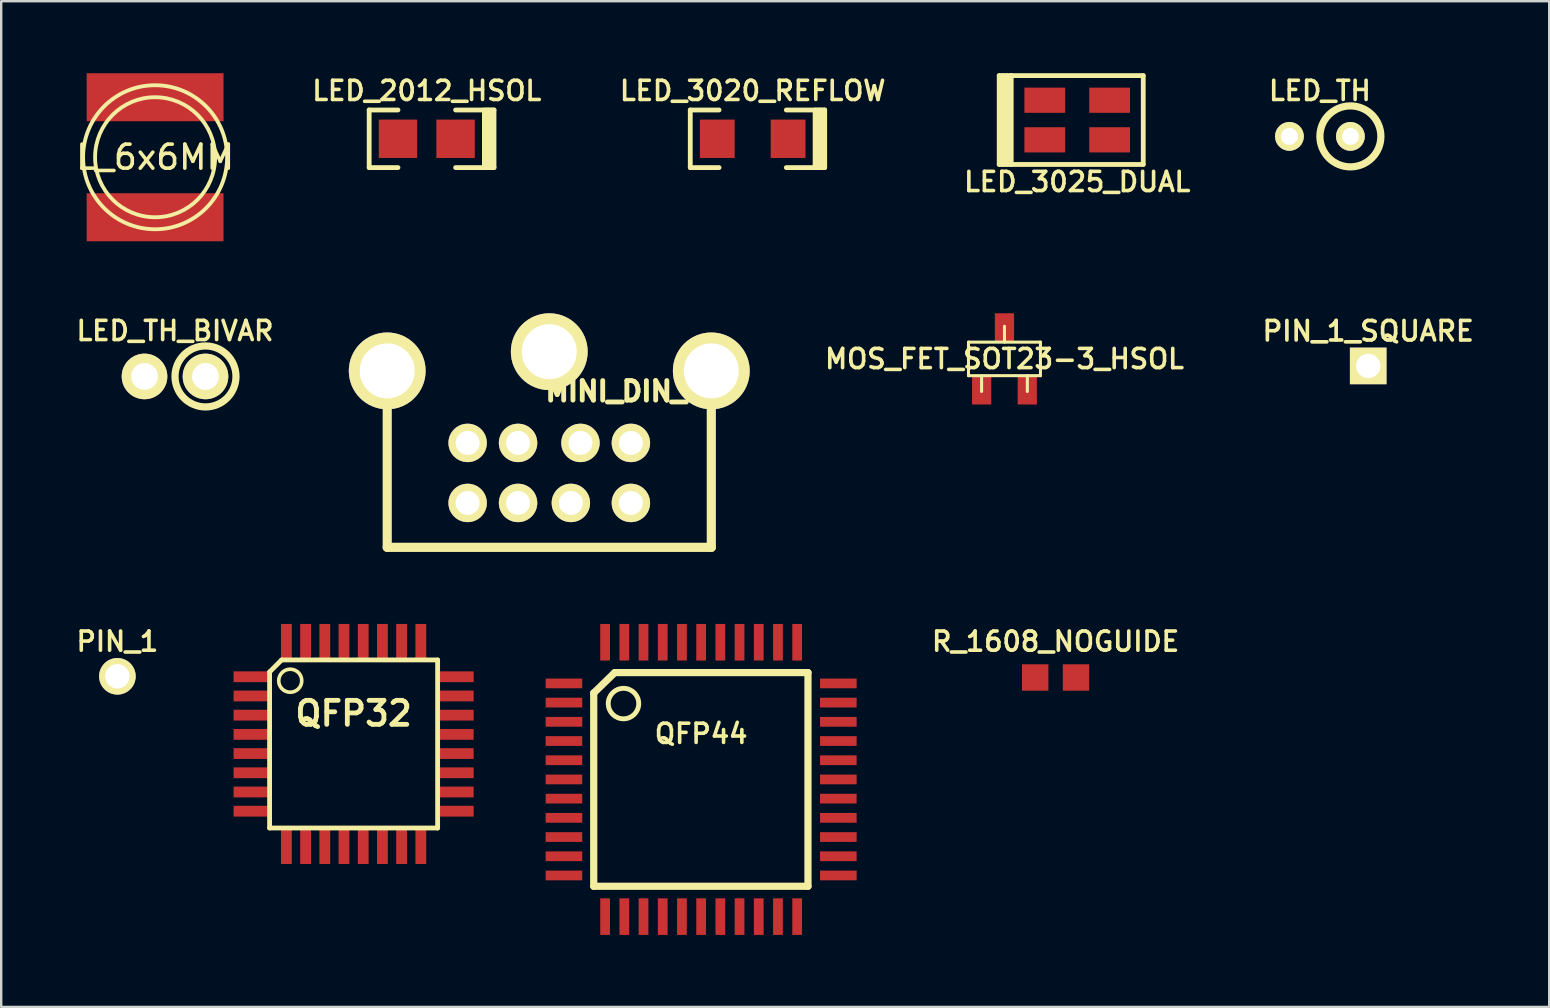
<source format=kicad_pcb>
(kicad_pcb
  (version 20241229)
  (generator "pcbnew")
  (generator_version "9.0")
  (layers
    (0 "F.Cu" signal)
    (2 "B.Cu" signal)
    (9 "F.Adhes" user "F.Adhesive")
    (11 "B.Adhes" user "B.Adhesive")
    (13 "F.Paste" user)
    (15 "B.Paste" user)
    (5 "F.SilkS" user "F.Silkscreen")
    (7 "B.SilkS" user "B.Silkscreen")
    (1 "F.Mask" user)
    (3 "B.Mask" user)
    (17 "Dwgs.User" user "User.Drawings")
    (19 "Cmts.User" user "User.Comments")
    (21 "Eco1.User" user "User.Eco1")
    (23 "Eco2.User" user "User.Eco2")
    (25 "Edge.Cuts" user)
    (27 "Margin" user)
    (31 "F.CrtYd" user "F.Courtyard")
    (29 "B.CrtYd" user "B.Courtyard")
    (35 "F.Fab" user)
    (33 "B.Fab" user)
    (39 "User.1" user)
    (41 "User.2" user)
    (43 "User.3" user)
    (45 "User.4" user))
  (footprint "L_6x6MM"
    (layer "F.Cu")
    (at 3.411 3.5)
    (property "Reference" "L_6x6MM" (at 0 0 0) (layer "F.SilkS") (effects (font (size 1 1) (thickness 0.15))))
    (attr through_hole)
    (fp_circle (center 0 0) (end 2.5 0) (stroke (width 0.16) (type solid)) (fill no) (layer "F.SilkS"))
    (fp_circle (center 0 0) (end 3 0) (stroke (width 0.16) (type solid)) (fill no) (layer "F.SilkS"))
    (pad "1" smd rect (at 0 2.5) (size 5.7 2) (layers "F.Cu" "F.Mask" "F.Paste"))
    (pad "2" smd rect (at 0 -2.5) (size 5.7 2) (layers "F.Cu" "F.Mask" "F.Paste")))
  (footprint "PIN_1"
    (layer "F.Cu")
    (at 1.84 25.122)
    (property "Reference" "PIN_1" (at 0 -1.45 0) (layer "F.SilkS") (effects (font (size 0.8 0.8) (thickness 0.15))))
    (attr through_hole)
    (pad "1" thru_hole circle (at 0 0) (size 1.524 1.524) (drill 1.016) (layers "*.Cu" "*.Mask" "F.SilkS")))
  (footprint "LED_TH"
    (layer "F.Cu")
    (at 51.932 2.631)
    (property "Reference" "LED_TH" (at 0 -1.9 0) (layer "F.SilkS") (effects (font (size 0.8 0.8) (thickness 0.15))))
    (attr through_hole)
    (fp_circle (center 1.27 0) (end 1.27 -1.27) (stroke (width 0.3) (type solid)) (fill no) (layer "F.SilkS"))
    (pad "1" thru_hole circle (at -1.27 0) (size 1.2 1.2) (drill 0.7) (layers "*.Cu" "*.Mask" "F.SilkS"))
    (pad "2" thru_hole circle (at 1.27 0) (size 1.2 1.2) (drill 0.7) (layers "*.Cu" "*.Mask" "F.SilkS")))
  (footprint "MOS_FET_SOT23-3_HSOL"
    (layer "F.Cu")
    (at 38.792 11.9)
    (property "Reference" "MOS_FET_SOT23-3_HSOL" (at 0 0 0) (layer "F.SilkS") (effects (font (size 0.8 0.8) (thickness 0.15))))
    (attr smd)
    (fp_line (start -1.499 -0.699) (end 1.499 -0.699) (stroke (width 0.127) (type solid)) (layer "F.SilkS"))
    (fp_line (start -1.499 0.699) (end -1.499 -0.699) (stroke (width 0.127) (type solid)) (layer "F.SilkS"))
    (fp_line (start -0.953 0.699) (end -0.953 1.359) (stroke (width 0.127) (type solid)) (layer "F.SilkS"))
    (fp_line (start 0 -0.699) (end 0 -1.359) (stroke (width 0.127) (type solid)) (layer "F.SilkS"))
    (fp_line (start 0.953 0.699) (end 0.953 1.359) (stroke (width 0.127) (type solid)) (layer "F.SilkS"))
    (fp_line (start 1.499 -0.699) (end 1.499 0.699) (stroke (width 0.127) (type solid)) (layer "F.SilkS"))
    (fp_line (start 1.499 0.699) (end -1.499 0.699) (stroke (width 0.127) (type solid)) (layer "F.SilkS"))
    (pad "D" smd rect (at 0 -1.3) (size 0.8 1.2) (layers "F.Cu" "F.Mask" "F.Paste"))
    (pad "G" smd rect (at -0.95 1.3) (size 0.8 1.2) (layers "F.Cu" "F.Mask" "F.Paste"))
    (pad "S" smd rect (at 0.95 1.3) (size 0.8 1.2) (layers "F.Cu" "F.Mask" "F.Paste")))
  (footprint "LED_3020_REFLOW"
    (layer "F.Cu")
    (at 28.304 2.731)
    (property "Reference" "LED_3020_REFLOW" (at 0 -2 0) (layer "F.SilkS") (effects (font (size 0.8 0.8) (thickness 0.15))))
    (attr smd)
    (fp_line (start -2.6 -1.2) (end -2.6 1.2) (stroke (width 0.2) (type solid)) (layer "F.SilkS"))
    (fp_line (start -2.6 1.2) (end -1.4 1.2) (stroke (width 0.2) (type solid)) (layer "F.SilkS"))
    (fp_line (start -1.4 -1.2) (end -2.6 -1.2) (stroke (width 0.2) (type solid)) (layer "F.SilkS"))
    (fp_line (start 1.4 -1.2) (end 3 -1.2) (stroke (width 0.2) (type solid)) (layer "F.SilkS"))
    (fp_line (start 2.6 -1.2) (end 2.6 1.2) (stroke (width 0.2) (type solid)) (layer "F.SilkS"))
    (fp_line (start 2.7 -1.2) (end 2.7 1.2) (stroke (width 0.2) (type solid)) (layer "F.SilkS"))
    (fp_line (start 2.8 1.2) (end 2.8 -1.2) (stroke (width 0.2) (type solid)) (layer "F.SilkS"))
    (fp_line (start 2.9 -1.2) (end 2.9 1.2) (stroke (width 0.2) (type solid)) (layer "F.SilkS"))
    (fp_line (start 3 -1.2) (end 3 1.2) (stroke (width 0.2) (type solid)) (layer "F.SilkS"))
    (fp_line (start 3 1.2) (end 1.4 1.2) (stroke (width 0.2) (type solid)) (layer "F.SilkS"))
    (pad "1" smd rect (at -1.475 0) (size 1.45 1.6) (layers "F.Cu" "F.Mask" "F.Paste"))
    (pad "2" smd rect (at 1.475 0) (size 1.45 1.6) (layers "F.Cu" "F.Mask" "F.Paste")))
  (footprint "LED_2012_HSOL"
    (layer "F.Cu")
    (at 14.728 2.731)
    (property "Reference" "LED_2012_HSOL" (at 0 -2 0) (layer "F.SilkS") (effects (font (size 0.8 0.8) (thickness 0.15))))
    (attr smd)
    (fp_line (start -2.4 -1.2) (end -2.4 1.2) (stroke (width 0.2) (type solid)) (layer "F.SilkS"))
    (fp_line (start -2.4 1.2) (end -1.2 1.2) (stroke (width 0.2) (type solid)) (layer "F.SilkS"))
    (fp_line (start -1.2 -1.2) (end -2.4 -1.2) (stroke (width 0.2) (type solid)) (layer "F.SilkS"))
    (fp_line (start 1.2 -1.2) (end 2.8 -1.2) (stroke (width 0.2) (type solid)) (layer "F.SilkS"))
    (fp_line (start 2.4 -1.2) (end 2.4 1.2) (stroke (width 0.2) (type solid)) (layer "F.SilkS"))
    (fp_line (start 2.5 -1.2) (end 2.5 1.2) (stroke (width 0.2) (type solid)) (layer "F.SilkS"))
    (fp_line (start 2.6 1.2) (end 2.6 -1.2) (stroke (width 0.2) (type solid)) (layer "F.SilkS"))
    (fp_line (start 2.7 -1.2) (end 2.7 1.2) (stroke (width 0.2) (type solid)) (layer "F.SilkS"))
    (fp_line (start 2.8 -1.2) (end 2.8 1.2) (stroke (width 0.2) (type solid)) (layer "F.SilkS"))
    (fp_line (start 2.8 1.2) (end 1.2 1.2) (stroke (width 0.2) (type solid)) (layer "F.SilkS"))
    (pad "1" smd rect (at -1.1 0) (size 1.6 1.6) (drill (offset -0.1 0)) (layers "F.Cu" "F.Mask" "F.Paste"))
    (pad "2" smd rect (at 1.1 0) (size 1.6 1.6) (drill (offset 0.1 0)) (layers "F.Cu" "F.Mask" "F.Paste")))
  (footprint "PIN_1_SQUARE"
    (layer "F.Cu")
    (at 53.944 12.193)
    (property "Reference" "PIN_1_SQUARE" (at 0 -1.45 0) (layer "F.SilkS") (effects (font (size 0.813 0.813) (thickness 0.152))))
    (attr through_hole)
    (pad "1" thru_hole rect (at 0 0) (size 1.524 1.524) (drill 1.016) (layers "*.Cu" "*.Mask" "F.SilkS")))
  (footprint "LED_TH_BIVAR"
    (layer "F.Cu")
    (at 4.24 12.631)
    (property "Reference" "LED_TH_BIVAR" (at 0 -1.9 0) (layer "F.SilkS") (effects (font (size 0.8 0.8) (thickness 0.15))))
    (attr through_hole)
    (fp_circle (center 1.27 0) (end 1.27 -1.27) (stroke (width 0.3) (type solid)) (fill no) (layer "F.SilkS"))
    (pad "1" thru_hole circle (at -1.27 0) (size 1.9 1.9) (drill 1.118) (layers "*.Cu" "*.Mask" "F.SilkS"))
    (pad "2" thru_hole circle (at 1.27 0) (size 1.9 1.9) (drill 1.118) (layers "*.Cu" "*.Mask" "F.SilkS")))
  (footprint "MINI_DIN_8"
    (layer "F.Cu")
    (at 19.83 11.6)
    (property "Reference" "MINI_DIN_8" (at 3.175 1.651 0) (layer "F.SilkS") (effects (font (size 0.813 0.813) (thickness 0.203))))
    (attr through_hole)
    (fp_line (start -6.75 0.8) (end -6.75 8.15) (stroke (width 0.381) (type solid)) (layer "F.SilkS"))
    (fp_line (start -6.75 8.15) (end 6.75 8.15) (stroke (width 0.381) (type solid)) (layer "F.SilkS"))
    (fp_line (start 6.75 0.8) (end 6.75 8.15) (stroke (width 0.381) (type solid)) (layer "F.SilkS"))
    (pad "1" thru_hole circle (at -1.3 3.8 180) (size 1.6 1.6) (drill 1) (layers "*.Cu" "*.Mask" "F.SilkS"))
    (pad "2" thru_hole circle (at 1.3 3.8 180) (size 1.6 1.6) (drill 1) (layers "*.Cu" "*.Mask" "F.SilkS"))
    (pad "3" thru_hole circle (at -3.4 3.8 180) (size 1.6 1.6) (drill 1) (layers "*.Cu" "*.Mask" "F.SilkS"))
    (pad "4" thru_hole circle (at -1.3 6.3 180) (size 1.6 1.6) (drill 1) (layers "*.Cu" "*.Mask" "F.SilkS"))
    (pad "5" thru_hole circle (at 3.4 3.8 180) (size 1.6 1.6) (drill 1) (layers "*.Cu" "*.Mask" "F.SilkS"))
    (pad "6" thru_hole circle (at -3.4 6.3 180) (size 1.6 1.6) (drill 1) (layers "*.Cu" "*.Mask" "F.SilkS"))
    (pad "7" thru_hole circle (at 0.9 6.3 180) (size 1.6 1.6) (drill 1) (layers "*.Cu" "*.Mask" "F.SilkS"))
    (pad "8" thru_hole circle (at 3.4 6.3 180) (size 1.6 1.6) (drill 1) (layers "*.Cu" "*.Mask" "F.SilkS"))
    (pad "9" thru_hole circle (at -6.75 0.8 180) (size 3.2 3.2) (drill 2.29) (layers "*.Cu" "*.Mask" "F.SilkS"))
    (pad "9" thru_hole circle (at 0 0 180) (size 3.2 3.2) (drill 2.29) (layers "*.Cu" "*.Mask" "F.SilkS"))
    (pad "9" thru_hole circle (at 6.75 0.8 180) (size 3.2 3.2) (drill 2.29) (layers "*.Cu" "*.Mask" "F.SilkS")))
  (footprint "QFP44"
    (layer "F.Cu")
    (at 26.157 29.418)
    (property "Reference" "QFP44" (at 0 -1.905 0) (layer "F.SilkS") (effects (font (size 0.8 0.8) (thickness 0.15))))
    (attr smd)
    (fp_line (start -4.475 -3.6) (end -4.475 4.45) (stroke (width 0.3) (type solid)) (layer "F.SilkS"))
    (fp_line (start -4.475 4.45) (end 4.45 4.45) (stroke (width 0.3) (type solid)) (layer "F.SilkS"))
    (fp_line (start -3.6 -4.45) (end -4.475 -3.6) (stroke (width 0.3) (type solid)) (layer "F.SilkS"))
    (fp_line (start 4.45 -4.45) (end -3.6 -4.45) (stroke (width 0.3) (type solid)) (layer "F.SilkS"))
    (fp_line (start 4.45 4.45) (end 4.45 -4.45) (stroke (width 0.3) (type solid)) (layer "F.SilkS"))
    (fp_circle (center -3.235 -3.16) (end -3.235 -2.525) (stroke (width 0.203) (type solid)) (fill no) (layer "F.SilkS"))
    (pad "1" smd rect (at -5.715 -4) (size 1.524 0.406) (layers "F.Cu" "F.Mask"))
    (pad "2" smd rect (at -5.715 -3.2) (size 1.524 0.406) (layers "F.Cu" "F.Mask"))
    (pad "3" smd rect (at -5.715 -2.4) (size 1.524 0.406) (layers "F.Cu" "F.Mask"))
    (pad "4" smd rect (at -5.715 -1.6) (size 1.524 0.406) (layers "F.Cu" "F.Mask"))
    (pad "5" smd rect (at -5.715 -0.8) (size 1.524 0.406) (layers "F.Cu" "F.Mask"))
    (pad "6" smd rect (at -5.715 0) (size 1.524 0.406) (layers "F.Cu" "F.Mask"))
    (pad "7" smd rect (at -5.715 0.8) (size 1.524 0.406) (layers "F.Cu" "F.Mask"))
    (pad "8" smd rect (at -5.715 1.6) (size 1.524 0.406) (layers "F.Cu" "F.Mask"))
    (pad "9" smd rect (at -5.715 2.4) (size 1.524 0.406) (layers "F.Cu" "F.Mask"))
    (pad "10" smd rect (at -5.715 3.2) (size 1.524 0.406) (layers "F.Cu" "F.Mask"))
    (pad "11" smd rect (at -5.715 4) (size 1.524 0.406) (layers "F.Cu" "F.Mask"))
    (pad "12" smd rect (at -4 5.715) (size 0.406 1.524) (layers "F.Cu" "F.Mask"))
    (pad "13" smd rect (at -3.2 5.715) (size 0.406 1.524) (layers "F.Cu" "F.Mask"))
    (pad "14" smd rect (at -2.4 5.715) (size 0.406 1.524) (layers "F.Cu" "F.Mask"))
    (pad "15" smd rect (at -1.6 5.715) (size 0.406 1.524) (layers "F.Cu" "F.Mask"))
    (pad "16" smd rect (at -0.8 5.715) (size 0.406 1.524) (layers "F.Cu" "F.Mask"))
    (pad "17" smd rect (at 0 5.715) (size 0.406 1.524) (layers "F.Cu" "F.Mask"))
    (pad "18" smd rect (at 0.8 5.715) (size 0.406 1.524) (layers "F.Cu" "F.Mask"))
    (pad "19" smd rect (at 1.6 5.715) (size 0.406 1.524) (layers "F.Cu" "F.Mask"))
    (pad "20" smd rect (at 2.4 5.715) (size 0.406 1.524) (layers "F.Cu" "F.Mask"))
    (pad "21" smd rect (at 3.2 5.715) (size 0.406 1.524) (layers "F.Cu" "F.Mask"))
    (pad "22" smd rect (at 4 5.715) (size 0.406 1.524) (layers "F.Cu" "F.Mask"))
    (pad "23" smd rect (at 5.715 4) (size 1.524 0.406) (layers "F.Cu" "F.Mask"))
    (pad "24" smd rect (at 5.715 3.2) (size 1.524 0.406) (layers "F.Cu" "F.Mask"))
    (pad "25" smd rect (at 5.715 2.4) (size 1.524 0.406) (layers "F.Cu" "F.Mask"))
    (pad "26" smd rect (at 5.715 1.6) (size 1.524 0.406) (layers "F.Cu" "F.Mask"))
    (pad "27" smd rect (at 5.715 0.8) (size 1.524 0.406) (layers "F.Cu" "F.Mask"))
    (pad "28" smd rect (at 5.715 0) (size 1.524 0.406) (layers "F.Cu" "F.Mask"))
    (pad "29" smd rect (at 5.715 -0.8) (size 1.524 0.406) (layers "F.Cu" "F.Mask"))
    (pad "30" smd rect (at 5.715 -1.6) (size 1.524 0.406) (layers "F.Cu" "F.Mask"))
    (pad "31" smd rect (at 5.715 -2.4) (size 1.524 0.406) (layers "F.Cu" "F.Mask"))
    (pad "32" smd rect (at 5.715 -3.2) (size 1.524 0.406) (layers "F.Cu" "F.Mask"))
    (pad "33" smd rect (at 5.715 -4) (size 1.524 0.406) (layers "F.Cu" "F.Mask"))
    (pad "34" smd rect (at 4 -5.715) (size 0.406 1.524) (layers "F.Cu" "F.Mask"))
    (pad "35" smd rect (at 3.2 -5.715) (size 0.406 1.524) (layers "F.Cu" "F.Mask"))
    (pad "36" smd rect (at 2.4 -5.715) (size 0.406 1.524) (layers "F.Cu" "F.Mask"))
    (pad "37" smd rect (at 1.6 -5.715) (size 0.406 1.524) (layers "F.Cu" "F.Mask"))
    (pad "38" smd rect (at 0.8 -5.715) (size 0.406 1.524) (layers "F.Cu" "F.Mask"))
    (pad "39" smd rect (at 0 -5.715) (size 0.406 1.524) (layers "F.Cu" "F.Mask"))
    (pad "40" smd rect (at -0.8 -5.715) (size 0.406 1.524) (layers "F.Cu" "F.Mask"))
    (pad "41" smd rect (at -1.6 -5.715) (size 0.406 1.524) (layers "F.Cu" "F.Mask"))
    (pad "42" smd rect (at -2.4 -5.715) (size 0.406 1.524) (layers "F.Cu" "F.Mask"))
    (pad "43" smd rect (at -3.2 -5.715) (size 0.406 1.524) (layers "F.Cu" "F.Mask"))
    (pad "44" smd rect (at -4 -5.715) (size 0.406 1.524) (layers "F.Cu" "F.Mask")))
  (footprint "LED_3025_DUAL"
    (layer "F.Cu")
    (at 41.823 1.95)
    (property "Reference" "LED_3025_DUAL" (at 0 2.575 0) (layer "F.SilkS") (effects (font (size 0.8 0.8) (thickness 0.15))))
    (attr through_hole)
    (fp_line (start -3.25 -1.85) (end -2.75 -1.85) (stroke (width 0.2) (type solid)) (layer "F.SilkS"))
    (fp_line (start -3.25 1.85) (end -3.25 -1.85) (stroke (width 0.2) (type solid)) (layer "F.SilkS"))
    (fp_line (start -3.1 1.85) (end -3.075 -1.85) (stroke (width 0.2) (type solid)) (layer "F.SilkS"))
    (fp_line (start -2.925 -1.85) (end -2.925 1.85) (stroke (width 0.2) (type solid)) (layer "F.SilkS"))
    (fp_line (start -2.75 -1.85) (end 2.75 -1.85) (stroke (width 0.2) (type solid)) (layer "F.SilkS"))
    (fp_line (start -2.75 1.85) (end -3.25 1.85) (stroke (width 0.2) (type solid)) (layer "F.SilkS"))
    (fp_line (start -2.75 1.85) (end -2.75 -1.85) (stroke (width 0.2) (type solid)) (layer "F.SilkS"))
    (fp_line (start 2.75 -1.85) (end 2.75 1.85) (stroke (width 0.2) (type solid)) (layer "F.SilkS"))
    (fp_line (start 2.75 1.85) (end -2.75 1.85) (stroke (width 0.2) (type solid)) (layer "F.SilkS"))
    (pad "1" smd rect (at 1.35 -0.825) (size 1.7 1.05) (layers "F.Cu" "F.Mask" "F.Paste"))
    (pad "2" smd rect (at -1.35 -0.825) (size 1.7 1.05) (layers "F.Cu" "F.Mask" "F.Paste"))
    (pad "3" smd rect (at 1.35 0.825) (size 1.7 1.05) (layers "F.Cu" "F.Mask" "F.Paste"))
    (pad "4" smd rect (at -1.35 0.825) (size 1.7 1.05) (layers "F.Cu" "F.Mask" "F.Paste")))
  (footprint "QFP32"
    (layer "F.Cu")
    (at 11.68 27.941)
    (property "Reference" "QFP32" (at 0 -1.27 0) (layer "F.SilkS") (effects (font (size 1 1) (thickness 0.2))))
    (attr through_hole)
    (fp_line (start -3.5 -3) (end -3.5 3.5) (stroke (width 0.2) (type solid)) (layer "F.SilkS"))
    (fp_line (start -3 -3.5) (end -3.5 -3) (stroke (width 0.2) (type solid)) (layer "F.SilkS"))
    (fp_line (start -3 -3.5) (end 3.5 -3.5) (stroke (width 0.2) (type solid)) (layer "F.SilkS"))
    (fp_line (start 3.5 -3.5) (end 3.5 3.5) (stroke (width 0.2) (type solid)) (layer "F.SilkS"))
    (fp_line (start 3.5 3.5) (end -3.5 3.5) (stroke (width 0.2) (type solid)) (layer "F.SilkS"))
    (fp_circle (center -2.64 -2.635) (end -2.233 -2.381) (stroke (width 0.152) (type solid)) (fill no) (layer "F.SilkS"))
    (pad "1" smd rect (at -4.25 -2.8) (size 1.5 0.45) (layers "F.Cu" "F.Mask" "F.Paste"))
    (pad "2" smd rect (at -4.25 -2) (size 1.5 0.45) (layers "F.Cu" "F.Mask" "F.Paste"))
    (pad "3" smd rect (at -4.25 -1.2) (size 1.5 0.45) (layers "F.Cu" "F.Mask" "F.Paste"))
    (pad "4" smd rect (at -4.25 -0.4) (size 1.5 0.45) (layers "F.Cu" "F.Mask" "F.Paste"))
    (pad "5" smd rect (at -4.25 0.4) (size 1.5 0.45) (layers "F.Cu" "F.Mask" "F.Paste"))
    (pad "6" smd rect (at -4.25 1.2) (size 1.5 0.45) (layers "F.Cu" "F.Mask" "F.Paste"))
    (pad "7" smd rect (at -4.25 2) (size 1.5 0.45) (layers "F.Cu" "F.Mask" "F.Paste"))
    (pad "8" smd rect (at -4.25 2.8) (size 1.5 0.45) (layers "F.Cu" "F.Mask" "F.Paste"))
    (pad "9" smd rect (at -2.8 4.25) (size 0.45 1.5) (layers "F.Cu" "F.Mask" "F.Paste"))
    (pad "10" smd rect (at -2 4.25) (size 0.45 1.5) (layers "F.Cu" "F.Mask" "F.Paste"))
    (pad "11" smd rect (at -1.2 4.25) (size 0.45 1.5) (layers "F.Cu" "F.Mask" "F.Paste"))
    (pad "12" smd rect (at -0.4 4.25) (size 0.45 1.5) (layers "F.Cu" "F.Mask" "F.Paste"))
    (pad "13" smd rect (at 0.4 4.25) (size 0.45 1.5) (layers "F.Cu" "F.Mask" "F.Paste"))
    (pad "14" smd rect (at 1.2 4.25) (size 0.45 1.5) (layers "F.Cu" "F.Mask" "F.Paste"))
    (pad "15" smd rect (at 2 4.25) (size 0.45 1.5) (layers "F.Cu" "F.Mask" "F.Paste"))
    (pad "16" smd rect (at 2.8 4.25) (size 0.45 1.5) (layers "F.Cu" "F.Mask" "F.Paste"))
    (pad "17" smd rect (at 4.25 2.8) (size 1.5 0.45) (layers "F.Cu" "F.Mask" "F.Paste"))
    (pad "18" smd rect (at 4.25 2) (size 1.5 0.45) (layers "F.Cu" "F.Mask" "F.Paste"))
    (pad "19" smd rect (at 4.25 1.2) (size 1.5 0.45) (layers "F.Cu" "F.Mask" "F.Paste"))
    (pad "20" smd rect (at 4.25 0.4) (size 1.5 0.45) (layers "F.Cu" "F.Mask" "F.Paste"))
    (pad "21" smd rect (at 4.25 -0.4) (size 1.5 0.45) (layers "F.Cu" "F.Mask" "F.Paste"))
    (pad "22" smd rect (at 4.25 -1.2) (size 1.5 0.45) (layers "F.Cu" "F.Mask" "F.Paste"))
    (pad "23" smd rect (at 4.25 -2) (size 1.5 0.45) (layers "F.Cu" "F.Mask" "F.Paste"))
    (pad "24" smd rect (at 4.25 -2.8) (size 1.5 0.45) (layers "F.Cu" "F.Mask" "F.Paste"))
    (pad "25" smd rect (at 2.8 -4.25) (size 0.45 1.5) (layers "F.Cu" "F.Mask" "F.Paste"))
    (pad "26" smd rect (at 2 -4.25) (size 0.45 1.5) (layers "F.Cu" "F.Mask" "F.Paste"))
    (pad "27" smd rect (at 1.2 -4.25) (size 0.45 1.5) (layers "F.Cu" "F.Mask" "F.Paste"))
    (pad "28" smd rect (at 0.4 -4.25) (size 0.45 1.5) (layers "F.Cu" "F.Mask" "F.Paste"))
    (pad "29" smd rect (at -0.4 -4.25) (size 0.45 1.5) (layers "F.Cu" "F.Mask" "F.Paste"))
    (pad "30" smd rect (at -1.2 -4.25) (size 0.45 1.5) (layers "F.Cu" "F.Mask" "F.Paste"))
    (pad "31" smd rect (at -2 -4.25) (size 0.45 1.5) (layers "F.Cu" "F.Mask" "F.Paste"))
    (pad "32" smd rect (at -2.8 -4.25) (size 0.45 1.5) (layers "F.Cu" "F.Mask" "F.Paste")))
  (footprint "R_1608_NOGUIDE"
    (layer "F.Cu")
    (at 40.922 25.172)
    (property "Reference" "R_1608_NOGUIDE" (at 0 -1.5 0) (layer "F.SilkS") (effects (font (size 0.8 0.8) (thickness 0.15))))
    (attr through_hole)
    (pad "1" smd rect (at -0.85 0) (size 1.1 1.1) (layers "F.Cu" "F.Mask"))
    (pad "2" smd rect (at 0.85 0) (size 1.1 1.1) (layers "F.Cu" "F.Mask")))
  (gr_rect
    (start -3 -3)
    (end 61.484 38.895)
    (stroke (width 0.1) (type default))
    (fill no)
    (layer "Edge.Cuts")))
</source>
